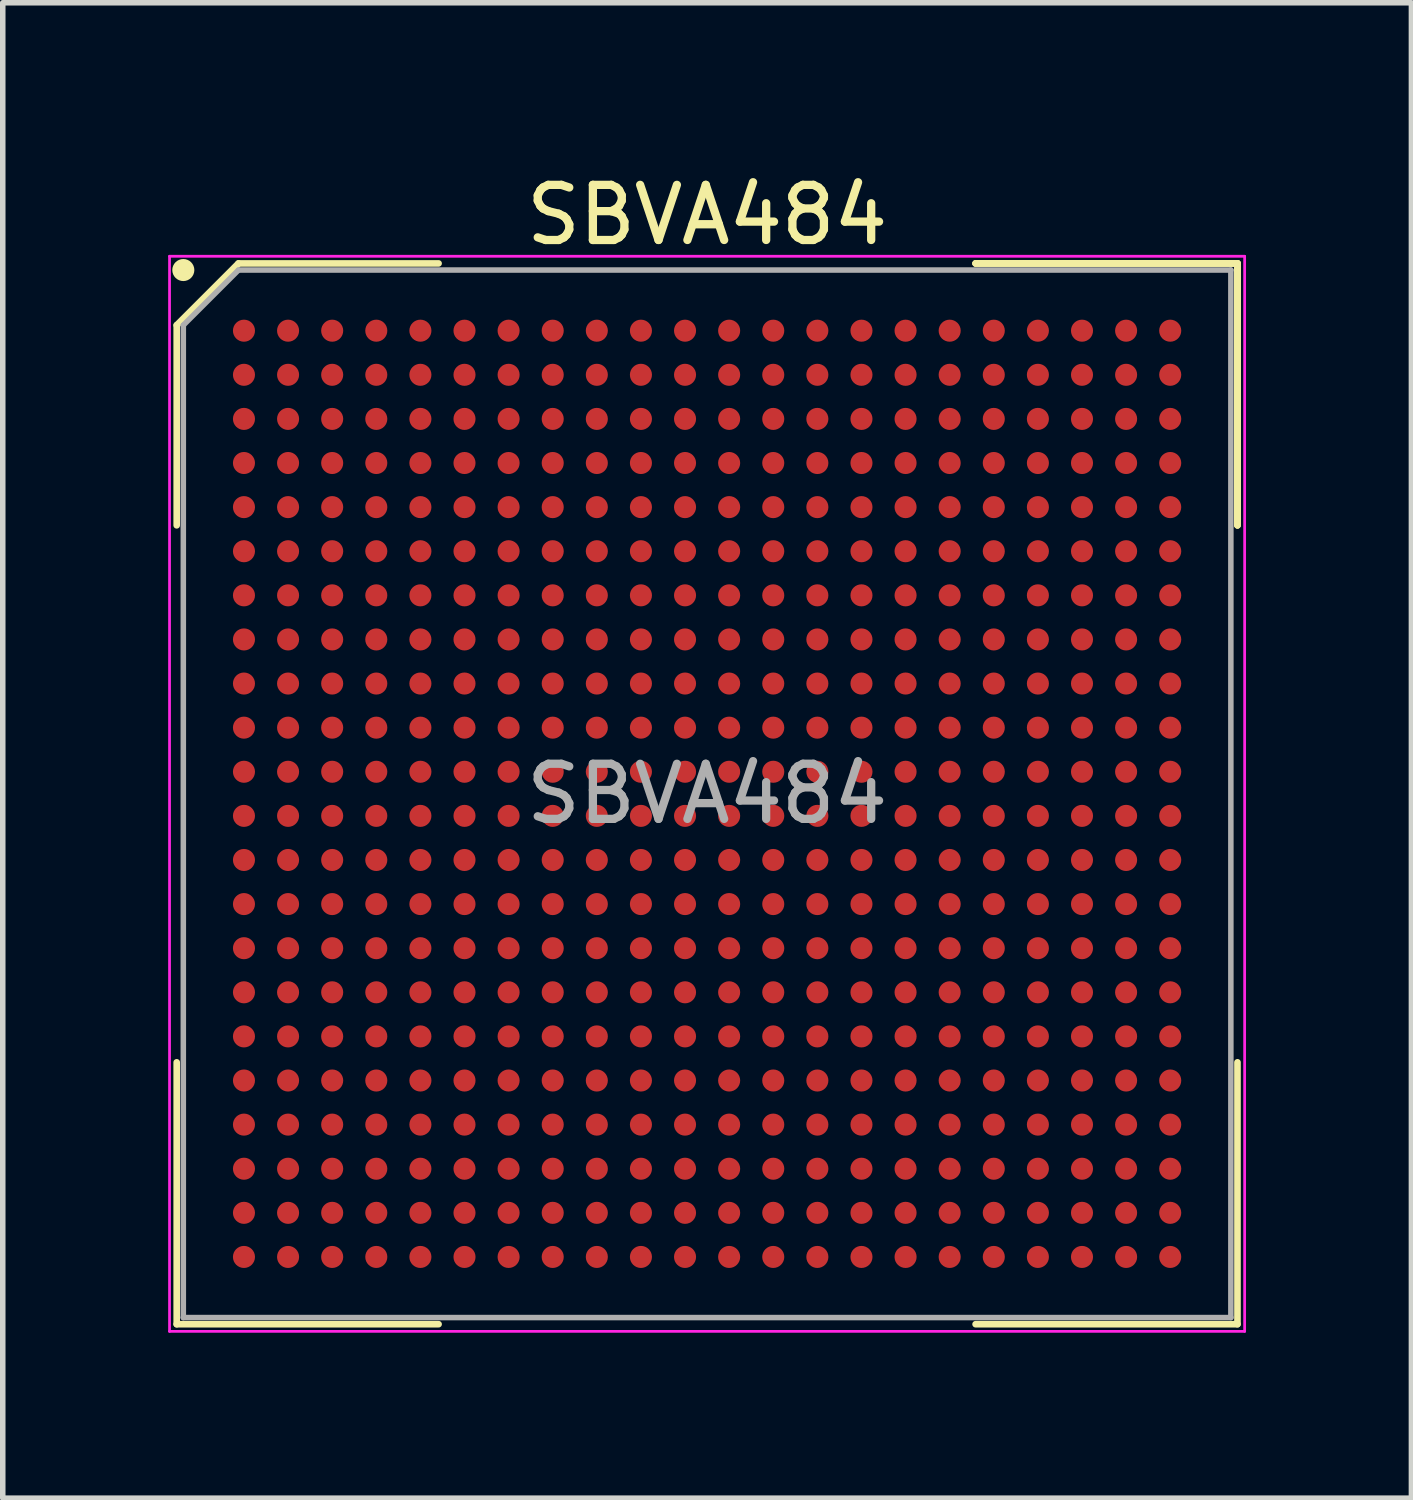
<source format=kicad_pcb>
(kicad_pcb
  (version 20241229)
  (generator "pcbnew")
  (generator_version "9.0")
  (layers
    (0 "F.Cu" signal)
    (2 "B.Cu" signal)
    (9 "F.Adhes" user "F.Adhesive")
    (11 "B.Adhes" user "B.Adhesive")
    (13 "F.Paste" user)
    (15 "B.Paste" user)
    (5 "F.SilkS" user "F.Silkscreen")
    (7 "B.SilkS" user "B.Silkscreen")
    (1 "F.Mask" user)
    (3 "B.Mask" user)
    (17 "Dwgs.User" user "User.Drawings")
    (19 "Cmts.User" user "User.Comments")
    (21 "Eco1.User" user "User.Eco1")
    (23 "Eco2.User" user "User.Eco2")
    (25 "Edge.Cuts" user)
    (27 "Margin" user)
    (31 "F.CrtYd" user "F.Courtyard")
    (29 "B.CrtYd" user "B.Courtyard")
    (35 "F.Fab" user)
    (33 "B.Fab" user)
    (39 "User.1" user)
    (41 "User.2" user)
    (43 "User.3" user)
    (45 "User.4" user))
  (footprint "SBVA484"
    (layer "F.Cu")
    (at 9.775 11.348)
    (property "Reference" "SBVA484" (at 0 -10.5 0) (layer "F.SilkS") (effects (font (size 1 1) (thickness 0.15))))
    (attr smd)
    (fp_line (start -9.62 -8.5) (end -9.62 -4.87) (stroke (width 0.12) (type solid)) (layer "F.SilkS"))
    (fp_line (start -9.62 9.62) (end -9.62 4.87) (stroke (width 0.12) (type solid)) (layer "F.SilkS"))
    (fp_line (start -8.5 -9.62) (end -9.62 -8.5) (stroke (width 0.12) (type solid)) (layer "F.SilkS"))
    (fp_line (start -4.87 -9.62) (end -8.5 -9.62) (stroke (width 0.12) (type solid)) (layer "F.SilkS"))
    (fp_line (start -4.87 9.62) (end -9.62 9.62) (stroke (width 0.12) (type solid)) (layer "F.SilkS"))
    (fp_line (start 4.87 -9.62) (end 9.62 -9.62) (stroke (width 0.12) (type solid)) (layer "F.SilkS"))
    (fp_line (start 4.87 -9.62) (end 9.62 -9.62) (stroke (width 0.12) (type solid)) (layer "F.SilkS"))
    (fp_line (start 4.87 -9.62) (end 9.62 -9.62) (stroke (width 0.12) (type solid)) (layer "F.SilkS"))
    (fp_line (start 4.87 9.62) (end 9.62 9.62) (stroke (width 0.12) (type solid)) (layer "F.SilkS"))
    (fp_line (start 9.62 -9.62) (end 9.62 -4.87) (stroke (width 0.12) (type solid)) (layer "F.SilkS"))
    (fp_line (start 9.62 -9.62) (end 9.62 -4.87) (stroke (width 0.12) (type solid)) (layer "F.SilkS"))
    (fp_line (start 9.62 -9.62) (end 9.62 -4.87) (stroke (width 0.12) (type solid)) (layer "F.SilkS"))
    (fp_line (start 9.62 9.62) (end 9.62 4.87) (stroke (width 0.12) (type solid)) (layer "F.SilkS"))
    (fp_circle (center -9.5 -9.5) (end -9.5 -9.4) (stroke (width 0.2) (type solid)) (fill no) (layer "F.SilkS"))
    (fp_line (start -9.75 -9.75) (end 9.75 -9.75) (stroke (width 0.05) (type solid)) (layer "F.CrtYd"))
    (fp_line (start -9.75 9.75) (end -9.75 -9.75) (stroke (width 0.05) (type solid)) (layer "F.CrtYd"))
    (fp_line (start 9.75 -9.75) (end 9.75 9.75) (stroke (width 0.05) (type solid)) (layer "F.CrtYd"))
    (fp_line (start 9.75 9.75) (end -9.75 9.75) (stroke (width 0.05) (type solid)) (layer "F.CrtYd"))
    (fp_line (start -9.5 -8.5) (end -9.5 9.5) (stroke (width 0.1) (type solid)) (layer "F.Fab"))
    (fp_line (start -9.5 9.5) (end 9.5 9.5) (stroke (width 0.1) (type solid)) (layer "F.Fab"))
    (fp_line (start -8.5 -9.5) (end -9.5 -8.5) (stroke (width 0.1) (type solid)) (layer "F.Fab"))
    (fp_line (start 9.5 -9.5) (end -8.5 -9.5) (stroke (width 0.1) (type solid)) (layer "F.Fab"))
    (fp_line (start 9.5 9.5) (end 9.5 -9.5) (stroke (width 0.1) (type solid)) (layer "F.Fab"))
    (fp_text user "${REFERENCE}" (at 0 0 0) (layer "F.Fab") (effects (font (size 1 1) (thickness 0.15))))
    (pad "A1" smd circle (at -8.4 -8.4) (size 0.4 0.4) (layers "F.Cu" "F.Mask" "F.Paste"))
    (pad "A2" smd circle (at -7.6 -8.4) (size 0.4 0.4) (layers "F.Cu" "F.Mask" "F.Paste"))
    (pad "A3" smd circle (at -6.8 -8.4) (size 0.4 0.4) (layers "F.Cu" "F.Mask" "F.Paste"))
    (pad "A4" smd circle (at -6 -8.4) (size 0.4 0.4) (layers "F.Cu" "F.Mask" "F.Paste"))
    (pad "A5" smd circle (at -5.2 -8.4) (size 0.4 0.4) (layers "F.Cu" "F.Mask" "F.Paste"))
    (pad "A6" smd circle (at -4.4 -8.4) (size 0.4 0.4) (layers "F.Cu" "F.Mask" "F.Paste"))
    (pad "A7" smd circle (at -3.6 -8.4) (size 0.4 0.4) (layers "F.Cu" "F.Mask" "F.Paste"))
    (pad "A8" smd circle (at -2.8 -8.4) (size 0.4 0.4) (layers "F.Cu" "F.Mask" "F.Paste"))
    (pad "A9" smd circle (at -2 -8.4) (size 0.4 0.4) (layers "F.Cu" "F.Mask" "F.Paste"))
    (pad "A10" smd circle (at -1.2 -8.4) (size 0.4 0.4) (layers "F.Cu" "F.Mask" "F.Paste"))
    (pad "A11" smd circle (at -0.4 -8.4) (size 0.4 0.4) (layers "F.Cu" "F.Mask" "F.Paste"))
    (pad "A12" smd circle (at 0.4 -8.4) (size 0.4 0.4) (layers "F.Cu" "F.Mask" "F.Paste"))
    (pad "A13" smd circle (at 1.2 -8.4) (size 0.4 0.4) (layers "F.Cu" "F.Mask" "F.Paste"))
    (pad "A14" smd circle (at 2 -8.4) (size 0.4 0.4) (layers "F.Cu" "F.Mask" "F.Paste"))
    (pad "A15" smd circle (at 2.8 -8.4) (size 0.4 0.4) (layers "F.Cu" "F.Mask" "F.Paste"))
    (pad "A16" smd circle (at 3.6 -8.4) (size 0.4 0.4) (layers "F.Cu" "F.Mask" "F.Paste"))
    (pad "A17" smd circle (at 4.4 -8.4) (size 0.4 0.4) (layers "F.Cu" "F.Mask" "F.Paste"))
    (pad "A18" smd circle (at 5.2 -8.4) (size 0.4 0.4) (layers "F.Cu" "F.Mask" "F.Paste"))
    (pad "A19" smd circle (at 6 -8.4) (size 0.4 0.4) (layers "F.Cu" "F.Mask" "F.Paste"))
    (pad "A20" smd circle (at 6.8 -8.4) (size 0.4 0.4) (layers "F.Cu" "F.Mask" "F.Paste"))
    (pad "A21" smd circle (at 7.6 -8.4) (size 0.4 0.4) (layers "F.Cu" "F.Mask" "F.Paste"))
    (pad "A22" smd circle (at 8.4 -8.4) (size 0.4 0.4) (layers "F.Cu" "F.Mask" "F.Paste"))
    (pad "AA1" smd circle (at -8.4 7.6) (size 0.4 0.4) (layers "F.Cu" "F.Mask" "F.Paste"))
    (pad "AA2" smd circle (at -7.6 7.6) (size 0.4 0.4) (layers "F.Cu" "F.Mask" "F.Paste"))
    (pad "AA3" smd circle (at -6.8 7.6) (size 0.4 0.4) (layers "F.Cu" "F.Mask" "F.Paste"))
    (pad "AA4" smd circle (at -6 7.6) (size 0.4 0.4) (layers "F.Cu" "F.Mask" "F.Paste"))
    (pad "AA5" smd circle (at -5.2 7.6) (size 0.4 0.4) (layers "F.Cu" "F.Mask" "F.Paste"))
    (pad "AA6" smd circle (at -4.4 7.6) (size 0.4 0.4) (layers "F.Cu" "F.Mask" "F.Paste"))
    (pad "AA7" smd circle (at -3.6 7.6) (size 0.4 0.4) (layers "F.Cu" "F.Mask" "F.Paste"))
    (pad "AA8" smd circle (at -2.8 7.6) (size 0.4 0.4) (layers "F.Cu" "F.Mask" "F.Paste"))
    (pad "AA9" smd circle (at -2 7.6) (size 0.4 0.4) (layers "F.Cu" "F.Mask" "F.Paste"))
    (pad "AA10" smd circle (at -1.2 7.6) (size 0.4 0.4) (layers "F.Cu" "F.Mask" "F.Paste"))
    (pad "AA11" smd circle (at -0.4 7.6) (size 0.4 0.4) (layers "F.Cu" "F.Mask" "F.Paste"))
    (pad "AA12" smd circle (at 0.4 7.6) (size 0.4 0.4) (layers "F.Cu" "F.Mask" "F.Paste"))
    (pad "AA13" smd circle (at 1.2 7.6) (size 0.4 0.4) (layers "F.Cu" "F.Mask" "F.Paste"))
    (pad "AA14" smd circle (at 2 7.6) (size 0.4 0.4) (layers "F.Cu" "F.Mask" "F.Paste"))
    (pad "AA15" smd circle (at 2.8 7.6) (size 0.4 0.4) (layers "F.Cu" "F.Mask" "F.Paste"))
    (pad "AA16" smd circle (at 3.6 7.6) (size 0.4 0.4) (layers "F.Cu" "F.Mask" "F.Paste"))
    (pad "AA17" smd circle (at 4.4 7.6) (size 0.4 0.4) (layers "F.Cu" "F.Mask" "F.Paste"))
    (pad "AA18" smd circle (at 5.2 7.6) (size 0.4 0.4) (layers "F.Cu" "F.Mask" "F.Paste"))
    (pad "AA19" smd circle (at 6 7.6) (size 0.4 0.4) (layers "F.Cu" "F.Mask" "F.Paste"))
    (pad "AA20" smd circle (at 6.8 7.6) (size 0.4 0.4) (layers "F.Cu" "F.Mask" "F.Paste"))
    (pad "AA21" smd circle (at 7.6 7.6) (size 0.4 0.4) (layers "F.Cu" "F.Mask" "F.Paste"))
    (pad "AA22" smd circle (at 8.4 7.6) (size 0.4 0.4) (layers "F.Cu" "F.Mask" "F.Paste"))
    (pad "AB1" smd circle (at -8.4 8.4) (size 0.4 0.4) (layers "F.Cu" "F.Mask" "F.Paste"))
    (pad "AB2" smd circle (at -7.6 8.4) (size 0.4 0.4) (layers "F.Cu" "F.Mask" "F.Paste"))
    (pad "AB3" smd circle (at -6.8 8.4) (size 0.4 0.4) (layers "F.Cu" "F.Mask" "F.Paste"))
    (pad "AB4" smd circle (at -6 8.4) (size 0.4 0.4) (layers "F.Cu" "F.Mask" "F.Paste"))
    (pad "AB5" smd circle (at -5.2 8.4) (size 0.4 0.4) (layers "F.Cu" "F.Mask" "F.Paste"))
    (pad "AB6" smd circle (at -4.4 8.4) (size 0.4 0.4) (layers "F.Cu" "F.Mask" "F.Paste"))
    (pad "AB7" smd circle (at -3.6 8.4) (size 0.4 0.4) (layers "F.Cu" "F.Mask" "F.Paste"))
    (pad "AB8" smd circle (at -2.8 8.4) (size 0.4 0.4) (layers "F.Cu" "F.Mask" "F.Paste"))
    (pad "AB9" smd circle (at -2 8.4) (size 0.4 0.4) (layers "F.Cu" "F.Mask" "F.Paste"))
    (pad "AB10" smd circle (at -1.2 8.4) (size 0.4 0.4) (layers "F.Cu" "F.Mask" "F.Paste"))
    (pad "AB11" smd circle (at -0.4 8.4) (size 0.4 0.4) (layers "F.Cu" "F.Mask" "F.Paste"))
    (pad "AB12" smd circle (at 0.4 8.4) (size 0.4 0.4) (layers "F.Cu" "F.Mask" "F.Paste"))
    (pad "AB13" smd circle (at 1.2 8.4) (size 0.4 0.4) (layers "F.Cu" "F.Mask" "F.Paste"))
    (pad "AB14" smd circle (at 2 8.4) (size 0.4 0.4) (layers "F.Cu" "F.Mask" "F.Paste"))
    (pad "AB15" smd circle (at 2.8 8.4) (size 0.4 0.4) (layers "F.Cu" "F.Mask" "F.Paste"))
    (pad "AB16" smd circle (at 3.6 8.4) (size 0.4 0.4) (layers "F.Cu" "F.Mask" "F.Paste"))
    (pad "AB17" smd circle (at 4.4 8.4) (size 0.4 0.4) (layers "F.Cu" "F.Mask" "F.Paste"))
    (pad "AB18" smd circle (at 5.2 8.4) (size 0.4 0.4) (layers "F.Cu" "F.Mask" "F.Paste"))
    (pad "AB19" smd circle (at 6 8.4) (size 0.4 0.4) (layers "F.Cu" "F.Mask" "F.Paste"))
    (pad "AB20" smd circle (at 6.8 8.4) (size 0.4 0.4) (layers "F.Cu" "F.Mask" "F.Paste"))
    (pad "AB21" smd circle (at 7.6 8.4) (size 0.4 0.4) (layers "F.Cu" "F.Mask" "F.Paste"))
    (pad "AB22" smd circle (at 8.4 8.4) (size 0.4 0.4) (layers "F.Cu" "F.Mask" "F.Paste"))
    (pad "B1" smd circle (at -8.4 -7.6) (size 0.4 0.4) (layers "F.Cu" "F.Mask" "F.Paste"))
    (pad "B2" smd circle (at -7.6 -7.6) (size 0.4 0.4) (layers "F.Cu" "F.Mask" "F.Paste"))
    (pad "B3" smd circle (at -6.8 -7.6) (size 0.4 0.4) (layers "F.Cu" "F.Mask" "F.Paste"))
    (pad "B4" smd circle (at -6 -7.6) (size 0.4 0.4) (layers "F.Cu" "F.Mask" "F.Paste"))
    (pad "B5" smd circle (at -5.2 -7.6) (size 0.4 0.4) (layers "F.Cu" "F.Mask" "F.Paste"))
    (pad "B6" smd circle (at -4.4 -7.6) (size 0.4 0.4) (layers "F.Cu" "F.Mask" "F.Paste"))
    (pad "B7" smd circle (at -3.6 -7.6) (size 0.4 0.4) (layers "F.Cu" "F.Mask" "F.Paste"))
    (pad "B8" smd circle (at -2.8 -7.6) (size 0.4 0.4) (layers "F.Cu" "F.Mask" "F.Paste"))
    (pad "B9" smd circle (at -2 -7.6) (size 0.4 0.4) (layers "F.Cu" "F.Mask" "F.Paste"))
    (pad "B10" smd circle (at -1.2 -7.6) (size 0.4 0.4) (layers "F.Cu" "F.Mask" "F.Paste"))
    (pad "B11" smd circle (at -0.4 -7.6) (size 0.4 0.4) (layers "F.Cu" "F.Mask" "F.Paste"))
    (pad "B12" smd circle (at 0.4 -7.6) (size 0.4 0.4) (layers "F.Cu" "F.Mask" "F.Paste"))
    (pad "B13" smd circle (at 1.2 -7.6) (size 0.4 0.4) (layers "F.Cu" "F.Mask" "F.Paste"))
    (pad "B14" smd circle (at 2 -7.6) (size 0.4 0.4) (layers "F.Cu" "F.Mask" "F.Paste"))
    (pad "B15" smd circle (at 2.8 -7.6) (size 0.4 0.4) (layers "F.Cu" "F.Mask" "F.Paste"))
    (pad "B16" smd circle (at 3.6 -7.6) (size 0.4 0.4) (layers "F.Cu" "F.Mask" "F.Paste"))
    (pad "B17" smd circle (at 4.4 -7.6) (size 0.4 0.4) (layers "F.Cu" "F.Mask" "F.Paste"))
    (pad "B18" smd circle (at 5.2 -7.6) (size 0.4 0.4) (layers "F.Cu" "F.Mask" "F.Paste"))
    (pad "B19" smd circle (at 6 -7.6) (size 0.4 0.4) (layers "F.Cu" "F.Mask" "F.Paste"))
    (pad "B20" smd circle (at 6.8 -7.6) (size 0.4 0.4) (layers "F.Cu" "F.Mask" "F.Paste"))
    (pad "B21" smd circle (at 7.6 -7.6) (size 0.4 0.4) (layers "F.Cu" "F.Mask" "F.Paste"))
    (pad "B22" smd circle (at 8.4 -7.6) (size 0.4 0.4) (layers "F.Cu" "F.Mask" "F.Paste"))
    (pad "C1" smd circle (at -8.4 -6.8) (size 0.4 0.4) (layers "F.Cu" "F.Mask" "F.Paste"))
    (pad "C2" smd circle (at -7.6 -6.8) (size 0.4 0.4) (layers "F.Cu" "F.Mask" "F.Paste"))
    (pad "C3" smd circle (at -6.8 -6.8) (size 0.4 0.4) (layers "F.Cu" "F.Mask" "F.Paste"))
    (pad "C4" smd circle (at -6 -6.8) (size 0.4 0.4) (layers "F.Cu" "F.Mask" "F.Paste"))
    (pad "C5" smd circle (at -5.2 -6.8) (size 0.4 0.4) (layers "F.Cu" "F.Mask" "F.Paste"))
    (pad "C6" smd circle (at -4.4 -6.8) (size 0.4 0.4) (layers "F.Cu" "F.Mask" "F.Paste"))
    (pad "C7" smd circle (at -3.6 -6.8) (size 0.4 0.4) (layers "F.Cu" "F.Mask" "F.Paste"))
    (pad "C8" smd circle (at -2.8 -6.8) (size 0.4 0.4) (layers "F.Cu" "F.Mask" "F.Paste"))
    (pad "C9" smd circle (at -2 -6.8) (size 0.4 0.4) (layers "F.Cu" "F.Mask" "F.Paste"))
    (pad "C10" smd circle (at -1.2 -6.8) (size 0.4 0.4) (layers "F.Cu" "F.Mask" "F.Paste"))
    (pad "C11" smd circle (at -0.4 -6.8) (size 0.4 0.4) (layers "F.Cu" "F.Mask" "F.Paste"))
    (pad "C12" smd circle (at 0.4 -6.8) (size 0.4 0.4) (layers "F.Cu" "F.Mask" "F.Paste"))
    (pad "C13" smd circle (at 1.2 -6.8) (size 0.4 0.4) (layers "F.Cu" "F.Mask" "F.Paste"))
    (pad "C14" smd circle (at 2 -6.8) (size 0.4 0.4) (layers "F.Cu" "F.Mask" "F.Paste"))
    (pad "C15" smd circle (at 2.8 -6.8) (size 0.4 0.4) (layers "F.Cu" "F.Mask" "F.Paste"))
    (pad "C16" smd circle (at 3.6 -6.8) (size 0.4 0.4) (layers "F.Cu" "F.Mask" "F.Paste"))
    (pad "C17" smd circle (at 4.4 -6.8) (size 0.4 0.4) (layers "F.Cu" "F.Mask" "F.Paste"))
    (pad "C18" smd circle (at 5.2 -6.8) (size 0.4 0.4) (layers "F.Cu" "F.Mask" "F.Paste"))
    (pad "C19" smd circle (at 6 -6.8) (size 0.4 0.4) (layers "F.Cu" "F.Mask" "F.Paste"))
    (pad "C20" smd circle (at 6.8 -6.8) (size 0.4 0.4) (layers "F.Cu" "F.Mask" "F.Paste"))
    (pad "C21" smd circle (at 7.6 -6.8) (size 0.4 0.4) (layers "F.Cu" "F.Mask" "F.Paste"))
    (pad "C22" smd circle (at 8.4 -6.8) (size 0.4 0.4) (layers "F.Cu" "F.Mask" "F.Paste"))
    (pad "D1" smd circle (at -8.4 -6) (size 0.4 0.4) (layers "F.Cu" "F.Mask" "F.Paste"))
    (pad "D2" smd circle (at -7.6 -6) (size 0.4 0.4) (layers "F.Cu" "F.Mask" "F.Paste"))
    (pad "D3" smd circle (at -6.8 -6) (size 0.4 0.4) (layers "F.Cu" "F.Mask" "F.Paste"))
    (pad "D4" smd circle (at -6 -6) (size 0.4 0.4) (layers "F.Cu" "F.Mask" "F.Paste"))
    (pad "D5" smd circle (at -5.2 -6) (size 0.4 0.4) (layers "F.Cu" "F.Mask" "F.Paste"))
    (pad "D6" smd circle (at -4.4 -6) (size 0.4 0.4) (layers "F.Cu" "F.Mask" "F.Paste"))
    (pad "D7" smd circle (at -3.6 -6) (size 0.4 0.4) (layers "F.Cu" "F.Mask" "F.Paste"))
    (pad "D8" smd circle (at -2.8 -6) (size 0.4 0.4) (layers "F.Cu" "F.Mask" "F.Paste"))
    (pad "D9" smd circle (at -2 -6) (size 0.4 0.4) (layers "F.Cu" "F.Mask" "F.Paste"))
    (pad "D10" smd circle (at -1.2 -6) (size 0.4 0.4) (layers "F.Cu" "F.Mask" "F.Paste"))
    (pad "D11" smd circle (at -0.4 -6) (size 0.4 0.4) (layers "F.Cu" "F.Mask" "F.Paste"))
    (pad "D12" smd circle (at 0.4 -6) (size 0.4 0.4) (layers "F.Cu" "F.Mask" "F.Paste"))
    (pad "D13" smd circle (at 1.2 -6) (size 0.4 0.4) (layers "F.Cu" "F.Mask" "F.Paste"))
    (pad "D14" smd circle (at 2 -6) (size 0.4 0.4) (layers "F.Cu" "F.Mask" "F.Paste"))
    (pad "D15" smd circle (at 2.8 -6) (size 0.4 0.4) (layers "F.Cu" "F.Mask" "F.Paste"))
    (pad "D16" smd circle (at 3.6 -6) (size 0.4 0.4) (layers "F.Cu" "F.Mask" "F.Paste"))
    (pad "D17" smd circle (at 4.4 -6) (size 0.4 0.4) (layers "F.Cu" "F.Mask" "F.Paste"))
    (pad "D18" smd circle (at 5.2 -6) (size 0.4 0.4) (layers "F.Cu" "F.Mask" "F.Paste"))
    (pad "D19" smd circle (at 6 -6) (size 0.4 0.4) (layers "F.Cu" "F.Mask" "F.Paste"))
    (pad "D20" smd circle (at 6.8 -6) (size 0.4 0.4) (layers "F.Cu" "F.Mask" "F.Paste"))
    (pad "D21" smd circle (at 7.6 -6) (size 0.4 0.4) (layers "F.Cu" "F.Mask" "F.Paste"))
    (pad "D22" smd circle (at 8.4 -6) (size 0.4 0.4) (layers "F.Cu" "F.Mask" "F.Paste"))
    (pad "E1" smd circle (at -8.4 -5.2) (size 0.4 0.4) (layers "F.Cu" "F.Mask" "F.Paste"))
    (pad "E2" smd circle (at -7.6 -5.2) (size 0.4 0.4) (layers "F.Cu" "F.Mask" "F.Paste"))
    (pad "E3" smd circle (at -6.8 -5.2) (size 0.4 0.4) (layers "F.Cu" "F.Mask" "F.Paste"))
    (pad "E4" smd circle (at -6 -5.2) (size 0.4 0.4) (layers "F.Cu" "F.Mask" "F.Paste"))
    (pad "E5" smd circle (at -5.2 -5.2) (size 0.4 0.4) (layers "F.Cu" "F.Mask" "F.Paste"))
    (pad "E6" smd circle (at -4.4 -5.2) (size 0.4 0.4) (layers "F.Cu" "F.Mask" "F.Paste"))
    (pad "E7" smd circle (at -3.6 -5.2) (size 0.4 0.4) (layers "F.Cu" "F.Mask" "F.Paste"))
    (pad "E8" smd circle (at -2.8 -5.2) (size 0.4 0.4) (layers "F.Cu" "F.Mask" "F.Paste"))
    (pad "E9" smd circle (at -2 -5.2) (size 0.4 0.4) (layers "F.Cu" "F.Mask" "F.Paste"))
    (pad "E10" smd circle (at -1.2 -5.2) (size 0.4 0.4) (layers "F.Cu" "F.Mask" "F.Paste"))
    (pad "E11" smd circle (at -0.4 -5.2) (size 0.4 0.4) (layers "F.Cu" "F.Mask" "F.Paste"))
    (pad "E12" smd circle (at 0.4 -5.2) (size 0.4 0.4) (layers "F.Cu" "F.Mask" "F.Paste"))
    (pad "E13" smd circle (at 1.2 -5.2) (size 0.4 0.4) (layers "F.Cu" "F.Mask" "F.Paste"))
    (pad "E14" smd circle (at 2 -5.2) (size 0.4 0.4) (layers "F.Cu" "F.Mask" "F.Paste"))
    (pad "E15" smd circle (at 2.8 -5.2) (size 0.4 0.4) (layers "F.Cu" "F.Mask" "F.Paste"))
    (pad "E16" smd circle (at 3.6 -5.2) (size 0.4 0.4) (layers "F.Cu" "F.Mask" "F.Paste"))
    (pad "E17" smd circle (at 4.4 -5.2) (size 0.4 0.4) (layers "F.Cu" "F.Mask" "F.Paste"))
    (pad "E18" smd circle (at 5.2 -5.2) (size 0.4 0.4) (layers "F.Cu" "F.Mask" "F.Paste"))
    (pad "E19" smd circle (at 6 -5.2) (size 0.4 0.4) (layers "F.Cu" "F.Mask" "F.Paste"))
    (pad "E20" smd circle (at 6.8 -5.2) (size 0.4 0.4) (layers "F.Cu" "F.Mask" "F.Paste"))
    (pad "E21" smd circle (at 7.6 -5.2) (size 0.4 0.4) (layers "F.Cu" "F.Mask" "F.Paste"))
    (pad "E22" smd circle (at 8.4 -5.2) (size 0.4 0.4) (layers "F.Cu" "F.Mask" "F.Paste"))
    (pad "F1" smd circle (at -8.4 -4.4) (size 0.4 0.4) (layers "F.Cu" "F.Mask" "F.Paste"))
    (pad "F2" smd circle (at -7.6 -4.4) (size 0.4 0.4) (layers "F.Cu" "F.Mask" "F.Paste"))
    (pad "F3" smd circle (at -6.8 -4.4) (size 0.4 0.4) (layers "F.Cu" "F.Mask" "F.Paste"))
    (pad "F4" smd circle (at -6 -4.4) (size 0.4 0.4) (layers "F.Cu" "F.Mask" "F.Paste"))
    (pad "F5" smd circle (at -5.2 -4.4) (size 0.4 0.4) (layers "F.Cu" "F.Mask" "F.Paste"))
    (pad "F6" smd circle (at -4.4 -4.4) (size 0.4 0.4) (layers "F.Cu" "F.Mask" "F.Paste"))
    (pad "F7" smd circle (at -3.6 -4.4) (size 0.4 0.4) (layers "F.Cu" "F.Mask" "F.Paste"))
    (pad "F8" smd circle (at -2.8 -4.4) (size 0.4 0.4) (layers "F.Cu" "F.Mask" "F.Paste"))
    (pad "F9" smd circle (at -2 -4.4) (size 0.4 0.4) (layers "F.Cu" "F.Mask" "F.Paste"))
    (pad "F10" smd circle (at -1.2 -4.4) (size 0.4 0.4) (layers "F.Cu" "F.Mask" "F.Paste"))
    (pad "F11" smd circle (at -0.4 -4.4) (size 0.4 0.4) (layers "F.Cu" "F.Mask" "F.Paste"))
    (pad "F12" smd circle (at 0.4 -4.4) (size 0.4 0.4) (layers "F.Cu" "F.Mask" "F.Paste"))
    (pad "F13" smd circle (at 1.2 -4.4) (size 0.4 0.4) (layers "F.Cu" "F.Mask" "F.Paste"))
    (pad "F14" smd circle (at 2 -4.4) (size 0.4 0.4) (layers "F.Cu" "F.Mask" "F.Paste"))
    (pad "F15" smd circle (at 2.8 -4.4) (size 0.4 0.4) (layers "F.Cu" "F.Mask" "F.Paste"))
    (pad "F16" smd circle (at 3.6 -4.4) (size 0.4 0.4) (layers "F.Cu" "F.Mask" "F.Paste"))
    (pad "F17" smd circle (at 4.4 -4.4) (size 0.4 0.4) (layers "F.Cu" "F.Mask" "F.Paste"))
    (pad "F18" smd circle (at 5.2 -4.4) (size 0.4 0.4) (layers "F.Cu" "F.Mask" "F.Paste"))
    (pad "F19" smd circle (at 6 -4.4) (size 0.4 0.4) (layers "F.Cu" "F.Mask" "F.Paste"))
    (pad "F20" smd circle (at 6.8 -4.4) (size 0.4 0.4) (layers "F.Cu" "F.Mask" "F.Paste"))
    (pad "F21" smd circle (at 7.6 -4.4) (size 0.4 0.4) (layers "F.Cu" "F.Mask" "F.Paste"))
    (pad "F22" smd circle (at 8.4 -4.4) (size 0.4 0.4) (layers "F.Cu" "F.Mask" "F.Paste"))
    (pad "G1" smd circle (at -8.4 -3.6) (size 0.4 0.4) (layers "F.Cu" "F.Mask" "F.Paste"))
    (pad "G2" smd circle (at -7.6 -3.6) (size 0.4 0.4) (layers "F.Cu" "F.Mask" "F.Paste"))
    (pad "G3" smd circle (at -6.8 -3.6) (size 0.4 0.4) (layers "F.Cu" "F.Mask" "F.Paste"))
    (pad "G4" smd circle (at -6 -3.6) (size 0.4 0.4) (layers "F.Cu" "F.Mask" "F.Paste"))
    (pad "G5" smd circle (at -5.2 -3.6) (size 0.4 0.4) (layers "F.Cu" "F.Mask" "F.Paste"))
    (pad "G6" smd circle (at -4.4 -3.6) (size 0.4 0.4) (layers "F.Cu" "F.Mask" "F.Paste"))
    (pad "G7" smd circle (at -3.6 -3.6) (size 0.4 0.4) (layers "F.Cu" "F.Mask" "F.Paste"))
    (pad "G8" smd circle (at -2.8 -3.6) (size 0.4 0.4) (layers "F.Cu" "F.Mask" "F.Paste"))
    (pad "G9" smd circle (at -2 -3.6) (size 0.4 0.4) (layers "F.Cu" "F.Mask" "F.Paste"))
    (pad "G10" smd circle (at -1.2 -3.6) (size 0.4 0.4) (layers "F.Cu" "F.Mask" "F.Paste"))
    (pad "G11" smd circle (at -0.4 -3.6) (size 0.4 0.4) (layers "F.Cu" "F.Mask" "F.Paste"))
    (pad "G12" smd circle (at 0.4 -3.6) (size 0.4 0.4) (layers "F.Cu" "F.Mask" "F.Paste"))
    (pad "G13" smd circle (at 1.2 -3.6) (size 0.4 0.4) (layers "F.Cu" "F.Mask" "F.Paste"))
    (pad "G14" smd circle (at 2 -3.6) (size 0.4 0.4) (layers "F.Cu" "F.Mask" "F.Paste"))
    (pad "G15" smd circle (at 2.8 -3.6) (size 0.4 0.4) (layers "F.Cu" "F.Mask" "F.Paste"))
    (pad "G16" smd circle (at 3.6 -3.6) (size 0.4 0.4) (layers "F.Cu" "F.Mask" "F.Paste"))
    (pad "G17" smd circle (at 4.4 -3.6) (size 0.4 0.4) (layers "F.Cu" "F.Mask" "F.Paste"))
    (pad "G18" smd circle (at 5.2 -3.6) (size 0.4 0.4) (layers "F.Cu" "F.Mask" "F.Paste"))
    (pad "G19" smd circle (at 6 -3.6) (size 0.4 0.4) (layers "F.Cu" "F.Mask" "F.Paste"))
    (pad "G20" smd circle (at 6.8 -3.6) (size 0.4 0.4) (layers "F.Cu" "F.Mask" "F.Paste"))
    (pad "G21" smd circle (at 7.6 -3.6) (size 0.4 0.4) (layers "F.Cu" "F.Mask" "F.Paste"))
    (pad "G22" smd circle (at 8.4 -3.6) (size 0.4 0.4) (layers "F.Cu" "F.Mask" "F.Paste"))
    (pad "H1" smd circle (at -8.4 -2.8) (size 0.4 0.4) (layers "F.Cu" "F.Mask" "F.Paste"))
    (pad "H2" smd circle (at -7.6 -2.8) (size 0.4 0.4) (layers "F.Cu" "F.Mask" "F.Paste"))
    (pad "H3" smd circle (at -6.8 -2.8) (size 0.4 0.4) (layers "F.Cu" "F.Mask" "F.Paste"))
    (pad "H4" smd circle (at -6 -2.8) (size 0.4 0.4) (layers "F.Cu" "F.Mask" "F.Paste"))
    (pad "H5" smd circle (at -5.2 -2.8) (size 0.4 0.4) (layers "F.Cu" "F.Mask" "F.Paste"))
    (pad "H6" smd circle (at -4.4 -2.8) (size 0.4 0.4) (layers "F.Cu" "F.Mask" "F.Paste"))
    (pad "H7" smd circle (at -3.6 -2.8) (size 0.4 0.4) (layers "F.Cu" "F.Mask" "F.Paste"))
    (pad "H8" smd circle (at -2.8 -2.8) (size 0.4 0.4) (layers "F.Cu" "F.Mask" "F.Paste"))
    (pad "H9" smd circle (at -2 -2.8) (size 0.4 0.4) (layers "F.Cu" "F.Mask" "F.Paste"))
    (pad "H10" smd circle (at -1.2 -2.8) (size 0.4 0.4) (layers "F.Cu" "F.Mask" "F.Paste"))
    (pad "H11" smd circle (at -0.4 -2.8) (size 0.4 0.4) (layers "F.Cu" "F.Mask" "F.Paste"))
    (pad "H12" smd circle (at 0.4 -2.8) (size 0.4 0.4) (layers "F.Cu" "F.Mask" "F.Paste"))
    (pad "H13" smd circle (at 1.2 -2.8) (size 0.4 0.4) (layers "F.Cu" "F.Mask" "F.Paste"))
    (pad "H14" smd circle (at 2 -2.8) (size 0.4 0.4) (layers "F.Cu" "F.Mask" "F.Paste"))
    (pad "H15" smd circle (at 2.8 -2.8) (size 0.4 0.4) (layers "F.Cu" "F.Mask" "F.Paste"))
    (pad "H16" smd circle (at 3.6 -2.8) (size 0.4 0.4) (layers "F.Cu" "F.Mask" "F.Paste"))
    (pad "H17" smd circle (at 4.4 -2.8) (size 0.4 0.4) (layers "F.Cu" "F.Mask" "F.Paste"))
    (pad "H18" smd circle (at 5.2 -2.8) (size 0.4 0.4) (layers "F.Cu" "F.Mask" "F.Paste"))
    (pad "H19" smd circle (at 6 -2.8) (size 0.4 0.4) (layers "F.Cu" "F.Mask" "F.Paste"))
    (pad "H20" smd circle (at 6.8 -2.8) (size 0.4 0.4) (layers "F.Cu" "F.Mask" "F.Paste"))
    (pad "H21" smd circle (at 7.6 -2.8) (size 0.4 0.4) (layers "F.Cu" "F.Mask" "F.Paste"))
    (pad "H22" smd circle (at 8.4 -2.8) (size 0.4 0.4) (layers "F.Cu" "F.Mask" "F.Paste"))
    (pad "J1" smd circle (at -8.4 -2) (size 0.4 0.4) (layers "F.Cu" "F.Mask" "F.Paste"))
    (pad "J2" smd circle (at -7.6 -2) (size 0.4 0.4) (layers "F.Cu" "F.Mask" "F.Paste"))
    (pad "J3" smd circle (at -6.8 -2) (size 0.4 0.4) (layers "F.Cu" "F.Mask" "F.Paste"))
    (pad "J4" smd circle (at -6 -2) (size 0.4 0.4) (layers "F.Cu" "F.Mask" "F.Paste"))
    (pad "J5" smd circle (at -5.2 -2) (size 0.4 0.4) (layers "F.Cu" "F.Mask" "F.Paste"))
    (pad "J6" smd circle (at -4.4 -2) (size 0.4 0.4) (layers "F.Cu" "F.Mask" "F.Paste"))
    (pad "J7" smd circle (at -3.6 -2) (size 0.4 0.4) (layers "F.Cu" "F.Mask" "F.Paste"))
    (pad "J8" smd circle (at -2.8 -2) (size 0.4 0.4) (layers "F.Cu" "F.Mask" "F.Paste"))
    (pad "J9" smd circle (at -2 -2) (size 0.4 0.4) (layers "F.Cu" "F.Mask" "F.Paste"))
    (pad "J10" smd circle (at -1.2 -2) (size 0.4 0.4) (layers "F.Cu" "F.Mask" "F.Paste"))
    (pad "J11" smd circle (at -0.4 -2) (size 0.4 0.4) (layers "F.Cu" "F.Mask" "F.Paste"))
    (pad "J12" smd circle (at 0.4 -2) (size 0.4 0.4) (layers "F.Cu" "F.Mask" "F.Paste"))
    (pad "J13" smd circle (at 1.2 -2) (size 0.4 0.4) (layers "F.Cu" "F.Mask" "F.Paste"))
    (pad "J14" smd circle (at 2 -2) (size 0.4 0.4) (layers "F.Cu" "F.Mask" "F.Paste"))
    (pad "J15" smd circle (at 2.8 -2) (size 0.4 0.4) (layers "F.Cu" "F.Mask" "F.Paste"))
    (pad "J16" smd circle (at 3.6 -2) (size 0.4 0.4) (layers "F.Cu" "F.Mask" "F.Paste"))
    (pad "J17" smd circle (at 4.4 -2) (size 0.4 0.4) (layers "F.Cu" "F.Mask" "F.Paste"))
    (pad "J18" smd circle (at 5.2 -2) (size 0.4 0.4) (layers "F.Cu" "F.Mask" "F.Paste"))
    (pad "J19" smd circle (at 6 -2) (size 0.4 0.4) (layers "F.Cu" "F.Mask" "F.Paste"))
    (pad "J20" smd circle (at 6.8 -2) (size 0.4 0.4) (layers "F.Cu" "F.Mask" "F.Paste"))
    (pad "J21" smd circle (at 7.6 -2) (size 0.4 0.4) (layers "F.Cu" "F.Mask" "F.Paste"))
    (pad "J22" smd circle (at 8.4 -2) (size 0.4 0.4) (layers "F.Cu" "F.Mask" "F.Paste"))
    (pad "K1" smd circle (at -8.4 -1.2) (size 0.4 0.4) (layers "F.Cu" "F.Mask" "F.Paste"))
    (pad "K2" smd circle (at -7.6 -1.2) (size 0.4 0.4) (layers "F.Cu" "F.Mask" "F.Paste"))
    (pad "K3" smd circle (at -6.8 -1.2) (size 0.4 0.4) (layers "F.Cu" "F.Mask" "F.Paste"))
    (pad "K4" smd circle (at -6 -1.2) (size 0.4 0.4) (layers "F.Cu" "F.Mask" "F.Paste"))
    (pad "K5" smd circle (at -5.2 -1.2) (size 0.4 0.4) (layers "F.Cu" "F.Mask" "F.Paste"))
    (pad "K6" smd circle (at -4.4 -1.2) (size 0.4 0.4) (layers "F.Cu" "F.Mask" "F.Paste"))
    (pad "K7" smd circle (at -3.6 -1.2) (size 0.4 0.4) (layers "F.Cu" "F.Mask" "F.Paste"))
    (pad "K8" smd circle (at -2.8 -1.2) (size 0.4 0.4) (layers "F.Cu" "F.Mask" "F.Paste"))
    (pad "K9" smd circle (at -2 -1.2) (size 0.4 0.4) (layers "F.Cu" "F.Mask" "F.Paste"))
    (pad "K10" smd circle (at -1.2 -1.2) (size 0.4 0.4) (layers "F.Cu" "F.Mask" "F.Paste"))
    (pad "K11" smd circle (at -0.4 -1.2) (size 0.4 0.4) (layers "F.Cu" "F.Mask" "F.Paste"))
    (pad "K12" smd circle (at 0.4 -1.2) (size 0.4 0.4) (layers "F.Cu" "F.Mask" "F.Paste"))
    (pad "K13" smd circle (at 1.2 -1.2) (size 0.4 0.4) (layers "F.Cu" "F.Mask" "F.Paste"))
    (pad "K14" smd circle (at 2 -1.2) (size 0.4 0.4) (layers "F.Cu" "F.Mask" "F.Paste"))
    (pad "K15" smd circle (at 2.8 -1.2) (size 0.4 0.4) (layers "F.Cu" "F.Mask" "F.Paste"))
    (pad "K16" smd circle (at 3.6 -1.2) (size 0.4 0.4) (layers "F.Cu" "F.Mask" "F.Paste"))
    (pad "K17" smd circle (at 4.4 -1.2) (size 0.4 0.4) (layers "F.Cu" "F.Mask" "F.Paste"))
    (pad "K18" smd circle (at 5.2 -1.2) (size 0.4 0.4) (layers "F.Cu" "F.Mask" "F.Paste"))
    (pad "K19" smd circle (at 6 -1.2) (size 0.4 0.4) (layers "F.Cu" "F.Mask" "F.Paste"))
    (pad "K20" smd circle (at 6.8 -1.2) (size 0.4 0.4) (layers "F.Cu" "F.Mask" "F.Paste"))
    (pad "K21" smd circle (at 7.6 -1.2) (size 0.4 0.4) (layers "F.Cu" "F.Mask" "F.Paste"))
    (pad "K22" smd circle (at 8.4 -1.2) (size 0.4 0.4) (layers "F.Cu" "F.Mask" "F.Paste"))
    (pad "L1" smd circle (at -8.4 -0.4) (size 0.4 0.4) (layers "F.Cu" "F.Mask" "F.Paste"))
    (pad "L2" smd circle (at -7.6 -0.4) (size 0.4 0.4) (layers "F.Cu" "F.Mask" "F.Paste"))
    (pad "L3" smd circle (at -6.8 -0.4) (size 0.4 0.4) (layers "F.Cu" "F.Mask" "F.Paste"))
    (pad "L4" smd circle (at -6 -0.4) (size 0.4 0.4) (layers "F.Cu" "F.Mask" "F.Paste"))
    (pad "L5" smd circle (at -5.2 -0.4) (size 0.4 0.4) (layers "F.Cu" "F.Mask" "F.Paste"))
    (pad "L6" smd circle (at -4.4 -0.4) (size 0.4 0.4) (layers "F.Cu" "F.Mask" "F.Paste"))
    (pad "L7" smd circle (at -3.6 -0.4) (size 0.4 0.4) (layers "F.Cu" "F.Mask" "F.Paste"))
    (pad "L8" smd circle (at -2.8 -0.4) (size 0.4 0.4) (layers "F.Cu" "F.Mask" "F.Paste"))
    (pad "L9" smd circle (at -2 -0.4) (size 0.4 0.4) (layers "F.Cu" "F.Mask" "F.Paste"))
    (pad "L10" smd circle (at -1.2 -0.4) (size 0.4 0.4) (layers "F.Cu" "F.Mask" "F.Paste"))
    (pad "L11" smd circle (at -0.4 -0.4) (size 0.4 0.4) (layers "F.Cu" "F.Mask" "F.Paste"))
    (pad "L12" smd circle (at 0.4 -0.4) (size 0.4 0.4) (layers "F.Cu" "F.Mask" "F.Paste"))
    (pad "L13" smd circle (at 1.2 -0.4) (size 0.4 0.4) (layers "F.Cu" "F.Mask" "F.Paste"))
    (pad "L14" smd circle (at 2 -0.4) (size 0.4 0.4) (layers "F.Cu" "F.Mask" "F.Paste"))
    (pad "L15" smd circle (at 2.8 -0.4) (size 0.4 0.4) (layers "F.Cu" "F.Mask" "F.Paste"))
    (pad "L16" smd circle (at 3.6 -0.4) (size 0.4 0.4) (layers "F.Cu" "F.Mask" "F.Paste"))
    (pad "L17" smd circle (at 4.4 -0.4) (size 0.4 0.4) (layers "F.Cu" "F.Mask" "F.Paste"))
    (pad "L18" smd circle (at 5.2 -0.4) (size 0.4 0.4) (layers "F.Cu" "F.Mask" "F.Paste"))
    (pad "L19" smd circle (at 6 -0.4) (size 0.4 0.4) (layers "F.Cu" "F.Mask" "F.Paste"))
    (pad "L20" smd circle (at 6.8 -0.4) (size 0.4 0.4) (layers "F.Cu" "F.Mask" "F.Paste"))
    (pad "L21" smd circle (at 7.6 -0.4) (size 0.4 0.4) (layers "F.Cu" "F.Mask" "F.Paste"))
    (pad "L22" smd circle (at 8.4 -0.4) (size 0.4 0.4) (layers "F.Cu" "F.Mask" "F.Paste"))
    (pad "M1" smd circle (at -8.4 0.4) (size 0.4 0.4) (layers "F.Cu" "F.Mask" "F.Paste"))
    (pad "M2" smd circle (at -7.6 0.4) (size 0.4 0.4) (layers "F.Cu" "F.Mask" "F.Paste"))
    (pad "M3" smd circle (at -6.8 0.4) (size 0.4 0.4) (layers "F.Cu" "F.Mask" "F.Paste"))
    (pad "M4" smd circle (at -6 0.4) (size 0.4 0.4) (layers "F.Cu" "F.Mask" "F.Paste"))
    (pad "M5" smd circle (at -5.2 0.4) (size 0.4 0.4) (layers "F.Cu" "F.Mask" "F.Paste"))
    (pad "M6" smd circle (at -4.4 0.4) (size 0.4 0.4) (layers "F.Cu" "F.Mask" "F.Paste"))
    (pad "M7" smd circle (at -3.6 0.4) (size 0.4 0.4) (layers "F.Cu" "F.Mask" "F.Paste"))
    (pad "M8" smd circle (at -2.8 0.4) (size 0.4 0.4) (layers "F.Cu" "F.Mask" "F.Paste"))
    (pad "M9" smd circle (at -2 0.4) (size 0.4 0.4) (layers "F.Cu" "F.Mask" "F.Paste"))
    (pad "M10" smd circle (at -1.2 0.4) (size 0.4 0.4) (layers "F.Cu" "F.Mask" "F.Paste"))
    (pad "M11" smd circle (at -0.4 0.4) (size 0.4 0.4) (layers "F.Cu" "F.Mask" "F.Paste"))
    (pad "M12" smd circle (at 0.4 0.4) (size 0.4 0.4) (layers "F.Cu" "F.Mask" "F.Paste"))
    (pad "M13" smd circle (at 1.2 0.4) (size 0.4 0.4) (layers "F.Cu" "F.Mask" "F.Paste"))
    (pad "M14" smd circle (at 2 0.4) (size 0.4 0.4) (layers "F.Cu" "F.Mask" "F.Paste"))
    (pad "M15" smd circle (at 2.8 0.4) (size 0.4 0.4) (layers "F.Cu" "F.Mask" "F.Paste"))
    (pad "M16" smd circle (at 3.6 0.4) (size 0.4 0.4) (layers "F.Cu" "F.Mask" "F.Paste"))
    (pad "M17" smd circle (at 4.4 0.4) (size 0.4 0.4) (layers "F.Cu" "F.Mask" "F.Paste"))
    (pad "M18" smd circle (at 5.2 0.4) (size 0.4 0.4) (layers "F.Cu" "F.Mask" "F.Paste"))
    (pad "M19" smd circle (at 6 0.4) (size 0.4 0.4) (layers "F.Cu" "F.Mask" "F.Paste"))
    (pad "M20" smd circle (at 6.8 0.4) (size 0.4 0.4) (layers "F.Cu" "F.Mask" "F.Paste"))
    (pad "M21" smd circle (at 7.6 0.4) (size 0.4 0.4) (layers "F.Cu" "F.Mask" "F.Paste"))
    (pad "M22" smd circle (at 8.4 0.4) (size 0.4 0.4) (layers "F.Cu" "F.Mask" "F.Paste"))
    (pad "N1" smd circle (at -8.4 1.2) (size 0.4 0.4) (layers "F.Cu" "F.Mask" "F.Paste"))
    (pad "N2" smd circle (at -7.6 1.2) (size 0.4 0.4) (layers "F.Cu" "F.Mask" "F.Paste"))
    (pad "N3" smd circle (at -6.8 1.2) (size 0.4 0.4) (layers "F.Cu" "F.Mask" "F.Paste"))
    (pad "N4" smd circle (at -6 1.2) (size 0.4 0.4) (layers "F.Cu" "F.Mask" "F.Paste"))
    (pad "N5" smd circle (at -5.2 1.2) (size 0.4 0.4) (layers "F.Cu" "F.Mask" "F.Paste"))
    (pad "N6" smd circle (at -4.4 1.2) (size 0.4 0.4) (layers "F.Cu" "F.Mask" "F.Paste"))
    (pad "N7" smd circle (at -3.6 1.2) (size 0.4 0.4) (layers "F.Cu" "F.Mask" "F.Paste"))
    (pad "N8" smd circle (at -2.8 1.2) (size 0.4 0.4) (layers "F.Cu" "F.Mask" "F.Paste"))
    (pad "N9" smd circle (at -2 1.2) (size 0.4 0.4) (layers "F.Cu" "F.Mask" "F.Paste"))
    (pad "N10" smd circle (at -1.2 1.2) (size 0.4 0.4) (layers "F.Cu" "F.Mask" "F.Paste"))
    (pad "N11" smd circle (at -0.4 1.2) (size 0.4 0.4) (layers "F.Cu" "F.Mask" "F.Paste"))
    (pad "N12" smd circle (at 0.4 1.2) (size 0.4 0.4) (layers "F.Cu" "F.Mask" "F.Paste"))
    (pad "N13" smd circle (at 1.2 1.2) (size 0.4 0.4) (layers "F.Cu" "F.Mask" "F.Paste"))
    (pad "N14" smd circle (at 2 1.2) (size 0.4 0.4) (layers "F.Cu" "F.Mask" "F.Paste"))
    (pad "N15" smd circle (at 2.8 1.2) (size 0.4 0.4) (layers "F.Cu" "F.Mask" "F.Paste"))
    (pad "N16" smd circle (at 3.6 1.2) (size 0.4 0.4) (layers "F.Cu" "F.Mask" "F.Paste"))
    (pad "N17" smd circle (at 4.4 1.2) (size 0.4 0.4) (layers "F.Cu" "F.Mask" "F.Paste"))
    (pad "N18" smd circle (at 5.2 1.2) (size 0.4 0.4) (layers "F.Cu" "F.Mask" "F.Paste"))
    (pad "N19" smd circle (at 6 1.2) (size 0.4 0.4) (layers "F.Cu" "F.Mask" "F.Paste"))
    (pad "N20" smd circle (at 6.8 1.2) (size 0.4 0.4) (layers "F.Cu" "F.Mask" "F.Paste"))
    (pad "N21" smd circle (at 7.6 1.2) (size 0.4 0.4) (layers "F.Cu" "F.Mask" "F.Paste"))
    (pad "N22" smd circle (at 8.4 1.2) (size 0.4 0.4) (layers "F.Cu" "F.Mask" "F.Paste"))
    (pad "P1" smd circle (at -8.4 2) (size 0.4 0.4) (layers "F.Cu" "F.Mask" "F.Paste"))
    (pad "P2" smd circle (at -7.6 2) (size 0.4 0.4) (layers "F.Cu" "F.Mask" "F.Paste"))
    (pad "P3" smd circle (at -6.8 2) (size 0.4 0.4) (layers "F.Cu" "F.Mask" "F.Paste"))
    (pad "P4" smd circle (at -6 2) (size 0.4 0.4) (layers "F.Cu" "F.Mask" "F.Paste"))
    (pad "P5" smd circle (at -5.2 2) (size 0.4 0.4) (layers "F.Cu" "F.Mask" "F.Paste"))
    (pad "P6" smd circle (at -4.4 2) (size 0.4 0.4) (layers "F.Cu" "F.Mask" "F.Paste"))
    (pad "P7" smd circle (at -3.6 2) (size 0.4 0.4) (layers "F.Cu" "F.Mask" "F.Paste"))
    (pad "P8" smd circle (at -2.8 2) (size 0.4 0.4) (layers "F.Cu" "F.Mask" "F.Paste"))
    (pad "P9" smd circle (at -2 2) (size 0.4 0.4) (layers "F.Cu" "F.Mask" "F.Paste"))
    (pad "P10" smd circle (at -1.2 2) (size 0.4 0.4) (layers "F.Cu" "F.Mask" "F.Paste"))
    (pad "P11" smd circle (at -0.4 2) (size 0.4 0.4) (layers "F.Cu" "F.Mask" "F.Paste"))
    (pad "P12" smd circle (at 0.4 2) (size 0.4 0.4) (layers "F.Cu" "F.Mask" "F.Paste"))
    (pad "P13" smd circle (at 1.2 2) (size 0.4 0.4) (layers "F.Cu" "F.Mask" "F.Paste"))
    (pad "P14" smd circle (at 2 2) (size 0.4 0.4) (layers "F.Cu" "F.Mask" "F.Paste"))
    (pad "P15" smd circle (at 2.8 2) (size 0.4 0.4) (layers "F.Cu" "F.Mask" "F.Paste"))
    (pad "P16" smd circle (at 3.6 2) (size 0.4 0.4) (layers "F.Cu" "F.Mask" "F.Paste"))
    (pad "P17" smd circle (at 4.4 2) (size 0.4 0.4) (layers "F.Cu" "F.Mask" "F.Paste"))
    (pad "P18" smd circle (at 5.2 2) (size 0.4 0.4) (layers "F.Cu" "F.Mask" "F.Paste"))
    (pad "P19" smd circle (at 6 2) (size 0.4 0.4) (layers "F.Cu" "F.Mask" "F.Paste"))
    (pad "P20" smd circle (at 6.8 2) (size 0.4 0.4) (layers "F.Cu" "F.Mask" "F.Paste"))
    (pad "P21" smd circle (at 7.6 2) (size 0.4 0.4) (layers "F.Cu" "F.Mask" "F.Paste"))
    (pad "P22" smd circle (at 8.4 2) (size 0.4 0.4) (layers "F.Cu" "F.Mask" "F.Paste"))
    (pad "R1" smd circle (at -8.4 2.8) (size 0.4 0.4) (layers "F.Cu" "F.Mask" "F.Paste"))
    (pad "R2" smd circle (at -7.6 2.8) (size 0.4 0.4) (layers "F.Cu" "F.Mask" "F.Paste"))
    (pad "R3" smd circle (at -6.8 2.8) (size 0.4 0.4) (layers "F.Cu" "F.Mask" "F.Paste"))
    (pad "R4" smd circle (at -6 2.8) (size 0.4 0.4) (layers "F.Cu" "F.Mask" "F.Paste"))
    (pad "R5" smd circle (at -5.2 2.8) (size 0.4 0.4) (layers "F.Cu" "F.Mask" "F.Paste"))
    (pad "R6" smd circle (at -4.4 2.8) (size 0.4 0.4) (layers "F.Cu" "F.Mask" "F.Paste"))
    (pad "R7" smd circle (at -3.6 2.8) (size 0.4 0.4) (layers "F.Cu" "F.Mask" "F.Paste"))
    (pad "R8" smd circle (at -2.8 2.8) (size 0.4 0.4) (layers "F.Cu" "F.Mask" "F.Paste"))
    (pad "R9" smd circle (at -2 2.8) (size 0.4 0.4) (layers "F.Cu" "F.Mask" "F.Paste"))
    (pad "R10" smd circle (at -1.2 2.8) (size 0.4 0.4) (layers "F.Cu" "F.Mask" "F.Paste"))
    (pad "R11" smd circle (at -0.4 2.8) (size 0.4 0.4) (layers "F.Cu" "F.Mask" "F.Paste"))
    (pad "R12" smd circle (at 0.4 2.8) (size 0.4 0.4) (layers "F.Cu" "F.Mask" "F.Paste"))
    (pad "R13" smd circle (at 1.2 2.8) (size 0.4 0.4) (layers "F.Cu" "F.Mask" "F.Paste"))
    (pad "R14" smd circle (at 2 2.8) (size 0.4 0.4) (layers "F.Cu" "F.Mask" "F.Paste"))
    (pad "R15" smd circle (at 2.8 2.8) (size 0.4 0.4) (layers "F.Cu" "F.Mask" "F.Paste"))
    (pad "R16" smd circle (at 3.6 2.8) (size 0.4 0.4) (layers "F.Cu" "F.Mask" "F.Paste"))
    (pad "R17" smd circle (at 4.4 2.8) (size 0.4 0.4) (layers "F.Cu" "F.Mask" "F.Paste"))
    (pad "R18" smd circle (at 5.2 2.8) (size 0.4 0.4) (layers "F.Cu" "F.Mask" "F.Paste"))
    (pad "R19" smd circle (at 6 2.8) (size 0.4 0.4) (layers "F.Cu" "F.Mask" "F.Paste"))
    (pad "R20" smd circle (at 6.8 2.8) (size 0.4 0.4) (layers "F.Cu" "F.Mask" "F.Paste"))
    (pad "R21" smd circle (at 7.6 2.8) (size 0.4 0.4) (layers "F.Cu" "F.Mask" "F.Paste"))
    (pad "R22" smd circle (at 8.4 2.8) (size 0.4 0.4) (layers "F.Cu" "F.Mask" "F.Paste"))
    (pad "T1" smd circle (at -8.4 3.6) (size 0.4 0.4) (layers "F.Cu" "F.Mask" "F.Paste"))
    (pad "T2" smd circle (at -7.6 3.6) (size 0.4 0.4) (layers "F.Cu" "F.Mask" "F.Paste"))
    (pad "T3" smd circle (at -6.8 3.6) (size 0.4 0.4) (layers "F.Cu" "F.Mask" "F.Paste"))
    (pad "T4" smd circle (at -6 3.6) (size 0.4 0.4) (layers "F.Cu" "F.Mask" "F.Paste"))
    (pad "T5" smd circle (at -5.2 3.6) (size 0.4 0.4) (layers "F.Cu" "F.Mask" "F.Paste"))
    (pad "T6" smd circle (at -4.4 3.6) (size 0.4 0.4) (layers "F.Cu" "F.Mask" "F.Paste"))
    (pad "T7" smd circle (at -3.6 3.6) (size 0.4 0.4) (layers "F.Cu" "F.Mask" "F.Paste"))
    (pad "T8" smd circle (at -2.8 3.6) (size 0.4 0.4) (layers "F.Cu" "F.Mask" "F.Paste"))
    (pad "T9" smd circle (at -2 3.6) (size 0.4 0.4) (layers "F.Cu" "F.Mask" "F.Paste"))
    (pad "T10" smd circle (at -1.2 3.6) (size 0.4 0.4) (layers "F.Cu" "F.Mask" "F.Paste"))
    (pad "T11" smd circle (at -0.4 3.6) (size 0.4 0.4) (layers "F.Cu" "F.Mask" "F.Paste"))
    (pad "T12" smd circle (at 0.4 3.6) (size 0.4 0.4) (layers "F.Cu" "F.Mask" "F.Paste"))
    (pad "T13" smd circle (at 1.2 3.6) (size 0.4 0.4) (layers "F.Cu" "F.Mask" "F.Paste"))
    (pad "T14" smd circle (at 2 3.6) (size 0.4 0.4) (layers "F.Cu" "F.Mask" "F.Paste"))
    (pad "T15" smd circle (at 2.8 3.6) (size 0.4 0.4) (layers "F.Cu" "F.Mask" "F.Paste"))
    (pad "T16" smd circle (at 3.6 3.6) (size 0.4 0.4) (layers "F.Cu" "F.Mask" "F.Paste"))
    (pad "T17" smd circle (at 4.4 3.6) (size 0.4 0.4) (layers "F.Cu" "F.Mask" "F.Paste"))
    (pad "T18" smd circle (at 5.2 3.6) (size 0.4 0.4) (layers "F.Cu" "F.Mask" "F.Paste"))
    (pad "T19" smd circle (at 6 3.6) (size 0.4 0.4) (layers "F.Cu" "F.Mask" "F.Paste"))
    (pad "T20" smd circle (at 6.8 3.6) (size 0.4 0.4) (layers "F.Cu" "F.Mask" "F.Paste"))
    (pad "T21" smd circle (at 7.6 3.6) (size 0.4 0.4) (layers "F.Cu" "F.Mask" "F.Paste"))
    (pad "T22" smd circle (at 8.4 3.6) (size 0.4 0.4) (layers "F.Cu" "F.Mask" "F.Paste"))
    (pad "U1" smd circle (at -8.4 4.4) (size 0.4 0.4) (layers "F.Cu" "F.Mask" "F.Paste"))
    (pad "U2" smd circle (at -7.6 4.4) (size 0.4 0.4) (layers "F.Cu" "F.Mask" "F.Paste"))
    (pad "U3" smd circle (at -6.8 4.4) (size 0.4 0.4) (layers "F.Cu" "F.Mask" "F.Paste"))
    (pad "U4" smd circle (at -6 4.4) (size 0.4 0.4) (layers "F.Cu" "F.Mask" "F.Paste"))
    (pad "U5" smd circle (at -5.2 4.4) (size 0.4 0.4) (layers "F.Cu" "F.Mask" "F.Paste"))
    (pad "U6" smd circle (at -4.4 4.4) (size 0.4 0.4) (layers "F.Cu" "F.Mask" "F.Paste"))
    (pad "U7" smd circle (at -3.6 4.4) (size 0.4 0.4) (layers "F.Cu" "F.Mask" "F.Paste"))
    (pad "U8" smd circle (at -2.8 4.4) (size 0.4 0.4) (layers "F.Cu" "F.Mask" "F.Paste"))
    (pad "U9" smd circle (at -2 4.4) (size 0.4 0.4) (layers "F.Cu" "F.Mask" "F.Paste"))
    (pad "U10" smd circle (at -1.2 4.4) (size 0.4 0.4) (layers "F.Cu" "F.Mask" "F.Paste"))
    (pad "U11" smd circle (at -0.4 4.4) (size 0.4 0.4) (layers "F.Cu" "F.Mask" "F.Paste"))
    (pad "U12" smd circle (at 0.4 4.4) (size 0.4 0.4) (layers "F.Cu" "F.Mask" "F.Paste"))
    (pad "U13" smd circle (at 1.2 4.4) (size 0.4 0.4) (layers "F.Cu" "F.Mask" "F.Paste"))
    (pad "U14" smd circle (at 2 4.4) (size 0.4 0.4) (layers "F.Cu" "F.Mask" "F.Paste"))
    (pad "U15" smd circle (at 2.8 4.4) (size 0.4 0.4) (layers "F.Cu" "F.Mask" "F.Paste"))
    (pad "U16" smd circle (at 3.6 4.4) (size 0.4 0.4) (layers "F.Cu" "F.Mask" "F.Paste"))
    (pad "U17" smd circle (at 4.4 4.4) (size 0.4 0.4) (layers "F.Cu" "F.Mask" "F.Paste"))
    (pad "U18" smd circle (at 5.2 4.4) (size 0.4 0.4) (layers "F.Cu" "F.Mask" "F.Paste"))
    (pad "U19" smd circle (at 6 4.4) (size 0.4 0.4) (layers "F.Cu" "F.Mask" "F.Paste"))
    (pad "U20" smd circle (at 6.8 4.4) (size 0.4 0.4) (layers "F.Cu" "F.Mask" "F.Paste"))
    (pad "U21" smd circle (at 7.6 4.4) (size 0.4 0.4) (layers "F.Cu" "F.Mask" "F.Paste"))
    (pad "U22" smd circle (at 8.4 4.4) (size 0.4 0.4) (layers "F.Cu" "F.Mask" "F.Paste"))
    (pad "V1" smd circle (at -8.4 5.2) (size 0.4 0.4) (layers "F.Cu" "F.Mask" "F.Paste"))
    (pad "V2" smd circle (at -7.6 5.2) (size 0.4 0.4) (layers "F.Cu" "F.Mask" "F.Paste"))
    (pad "V3" smd circle (at -6.8 5.2) (size 0.4 0.4) (layers "F.Cu" "F.Mask" "F.Paste"))
    (pad "V4" smd circle (at -6 5.2) (size 0.4 0.4) (layers "F.Cu" "F.Mask" "F.Paste"))
    (pad "V5" smd circle (at -5.2 5.2) (size 0.4 0.4) (layers "F.Cu" "F.Mask" "F.Paste"))
    (pad "V6" smd circle (at -4.4 5.2) (size 0.4 0.4) (layers "F.Cu" "F.Mask" "F.Paste"))
    (pad "V7" smd circle (at -3.6 5.2) (size 0.4 0.4) (layers "F.Cu" "F.Mask" "F.Paste"))
    (pad "V8" smd circle (at -2.8 5.2) (size 0.4 0.4) (layers "F.Cu" "F.Mask" "F.Paste"))
    (pad "V9" smd circle (at -2 5.2) (size 0.4 0.4) (layers "F.Cu" "F.Mask" "F.Paste"))
    (pad "V10" smd circle (at -1.2 5.2) (size 0.4 0.4) (layers "F.Cu" "F.Mask" "F.Paste"))
    (pad "V11" smd circle (at -0.4 5.2) (size 0.4 0.4) (layers "F.Cu" "F.Mask" "F.Paste"))
    (pad "V12" smd circle (at 0.4 5.2) (size 0.4 0.4) (layers "F.Cu" "F.Mask" "F.Paste"))
    (pad "V13" smd circle (at 1.2 5.2) (size 0.4 0.4) (layers "F.Cu" "F.Mask" "F.Paste"))
    (pad "V14" smd circle (at 2 5.2) (size 0.4 0.4) (layers "F.Cu" "F.Mask" "F.Paste"))
    (pad "V15" smd circle (at 2.8 5.2) (size 0.4 0.4) (layers "F.Cu" "F.Mask" "F.Paste"))
    (pad "V16" smd circle (at 3.6 5.2) (size 0.4 0.4) (layers "F.Cu" "F.Mask" "F.Paste"))
    (pad "V17" smd circle (at 4.4 5.2) (size 0.4 0.4) (layers "F.Cu" "F.Mask" "F.Paste"))
    (pad "V18" smd circle (at 5.2 5.2) (size 0.4 0.4) (layers "F.Cu" "F.Mask" "F.Paste"))
    (pad "V19" smd circle (at 6 5.2) (size 0.4 0.4) (layers "F.Cu" "F.Mask" "F.Paste"))
    (pad "V20" smd circle (at 6.8 5.2) (size 0.4 0.4) (layers "F.Cu" "F.Mask" "F.Paste"))
    (pad "V21" smd circle (at 7.6 5.2) (size 0.4 0.4) (layers "F.Cu" "F.Mask" "F.Paste"))
    (pad "V22" smd circle (at 8.4 5.2) (size 0.4 0.4) (layers "F.Cu" "F.Mask" "F.Paste"))
    (pad "W1" smd circle (at -8.4 6) (size 0.4 0.4) (layers "F.Cu" "F.Mask" "F.Paste"))
    (pad "W2" smd circle (at -7.6 6) (size 0.4 0.4) (layers "F.Cu" "F.Mask" "F.Paste"))
    (pad "W3" smd circle (at -6.8 6) (size 0.4 0.4) (layers "F.Cu" "F.Mask" "F.Paste"))
    (pad "W4" smd circle (at -6 6) (size 0.4 0.4) (layers "F.Cu" "F.Mask" "F.Paste"))
    (pad "W5" smd circle (at -5.2 6) (size 0.4 0.4) (layers "F.Cu" "F.Mask" "F.Paste"))
    (pad "W6" smd circle (at -4.4 6) (size 0.4 0.4) (layers "F.Cu" "F.Mask" "F.Paste"))
    (pad "W7" smd circle (at -3.6 6) (size 0.4 0.4) (layers "F.Cu" "F.Mask" "F.Paste"))
    (pad "W8" smd circle (at -2.8 6) (size 0.4 0.4) (layers "F.Cu" "F.Mask" "F.Paste"))
    (pad "W9" smd circle (at -2 6) (size 0.4 0.4) (layers "F.Cu" "F.Mask" "F.Paste"))
    (pad "W10" smd circle (at -1.2 6) (size 0.4 0.4) (layers "F.Cu" "F.Mask" "F.Paste"))
    (pad "W11" smd circle (at -0.4 6) (size 0.4 0.4) (layers "F.Cu" "F.Mask" "F.Paste"))
    (pad "W12" smd circle (at 0.4 6) (size 0.4 0.4) (layers "F.Cu" "F.Mask" "F.Paste"))
    (pad "W13" smd circle (at 1.2 6) (size 0.4 0.4) (layers "F.Cu" "F.Mask" "F.Paste"))
    (pad "W14" smd circle (at 2 6) (size 0.4 0.4) (layers "F.Cu" "F.Mask" "F.Paste"))
    (pad "W15" smd circle (at 2.8 6) (size 0.4 0.4) (layers "F.Cu" "F.Mask" "F.Paste"))
    (pad "W16" smd circle (at 3.6 6) (size 0.4 0.4) (layers "F.Cu" "F.Mask" "F.Paste"))
    (pad "W17" smd circle (at 4.4 6) (size 0.4 0.4) (layers "F.Cu" "F.Mask" "F.Paste"))
    (pad "W18" smd circle (at 5.2 6) (size 0.4 0.4) (layers "F.Cu" "F.Mask" "F.Paste"))
    (pad "W19" smd circle (at 6 6) (size 0.4 0.4) (layers "F.Cu" "F.Mask" "F.Paste"))
    (pad "W20" smd circle (at 6.8 6) (size 0.4 0.4) (layers "F.Cu" "F.Mask" "F.Paste"))
    (pad "W21" smd circle (at 7.6 6) (size 0.4 0.4) (layers "F.Cu" "F.Mask" "F.Paste"))
    (pad "W22" smd circle (at 8.4 6) (size 0.4 0.4) (layers "F.Cu" "F.Mask" "F.Paste"))
    (pad "Y1" smd circle (at -8.4 6.8) (size 0.4 0.4) (layers "F.Cu" "F.Mask" "F.Paste"))
    (pad "Y2" smd circle (at -7.6 6.8) (size 0.4 0.4) (layers "F.Cu" "F.Mask" "F.Paste"))
    (pad "Y3" smd circle (at -6.8 6.8) (size 0.4 0.4) (layers "F.Cu" "F.Mask" "F.Paste"))
    (pad "Y4" smd circle (at -6 6.8) (size 0.4 0.4) (layers "F.Cu" "F.Mask" "F.Paste"))
    (pad "Y5" smd circle (at -5.2 6.8) (size 0.4 0.4) (layers "F.Cu" "F.Mask" "F.Paste"))
    (pad "Y6" smd circle (at -4.4 6.8) (size 0.4 0.4) (layers "F.Cu" "F.Mask" "F.Paste"))
    (pad "Y7" smd circle (at -3.6 6.8) (size 0.4 0.4) (layers "F.Cu" "F.Mask" "F.Paste"))
    (pad "Y8" smd circle (at -2.8 6.8) (size 0.4 0.4) (layers "F.Cu" "F.Mask" "F.Paste"))
    (pad "Y9" smd circle (at -2 6.8) (size 0.4 0.4) (layers "F.Cu" "F.Mask" "F.Paste"))
    (pad "Y10" smd circle (at -1.2 6.8) (size 0.4 0.4) (layers "F.Cu" "F.Mask" "F.Paste"))
    (pad "Y11" smd circle (at -0.4 6.8) (size 0.4 0.4) (layers "F.Cu" "F.Mask" "F.Paste"))
    (pad "Y12" smd circle (at 0.4 6.8) (size 0.4 0.4) (layers "F.Cu" "F.Mask" "F.Paste"))
    (pad "Y13" smd circle (at 1.2 6.8) (size 0.4 0.4) (layers "F.Cu" "F.Mask" "F.Paste"))
    (pad "Y14" smd circle (at 2 6.8) (size 0.4 0.4) (layers "F.Cu" "F.Mask" "F.Paste"))
    (pad "Y15" smd circle (at 2.8 6.8) (size 0.4 0.4) (layers "F.Cu" "F.Mask" "F.Paste"))
    (pad "Y16" smd circle (at 3.6 6.8) (size 0.4 0.4) (layers "F.Cu" "F.Mask" "F.Paste"))
    (pad "Y17" smd circle (at 4.4 6.8) (size 0.4 0.4) (layers "F.Cu" "F.Mask" "F.Paste"))
    (pad "Y18" smd circle (at 5.2 6.8) (size 0.4 0.4) (layers "F.Cu" "F.Mask" "F.Paste"))
    (pad "Y19" smd circle (at 6 6.8) (size 0.4 0.4) (layers "F.Cu" "F.Mask" "F.Paste"))
    (pad "Y20" smd circle (at 6.8 6.8) (size 0.4 0.4) (layers "F.Cu" "F.Mask" "F.Paste"))
    (pad "Y21" smd circle (at 7.6 6.8) (size 0.4 0.4) (layers "F.Cu" "F.Mask" "F.Paste"))
    (pad "Y22" smd circle (at 8.4 6.8) (size 0.4 0.4) (layers "F.Cu" "F.Mask" "F.Paste")))
  (gr_rect
    (start -3 -3)
    (end 22.55 24.123)
    (stroke (width 0.1) (type default))
    (fill no)
    (layer "Edge.Cuts")))
</source>
